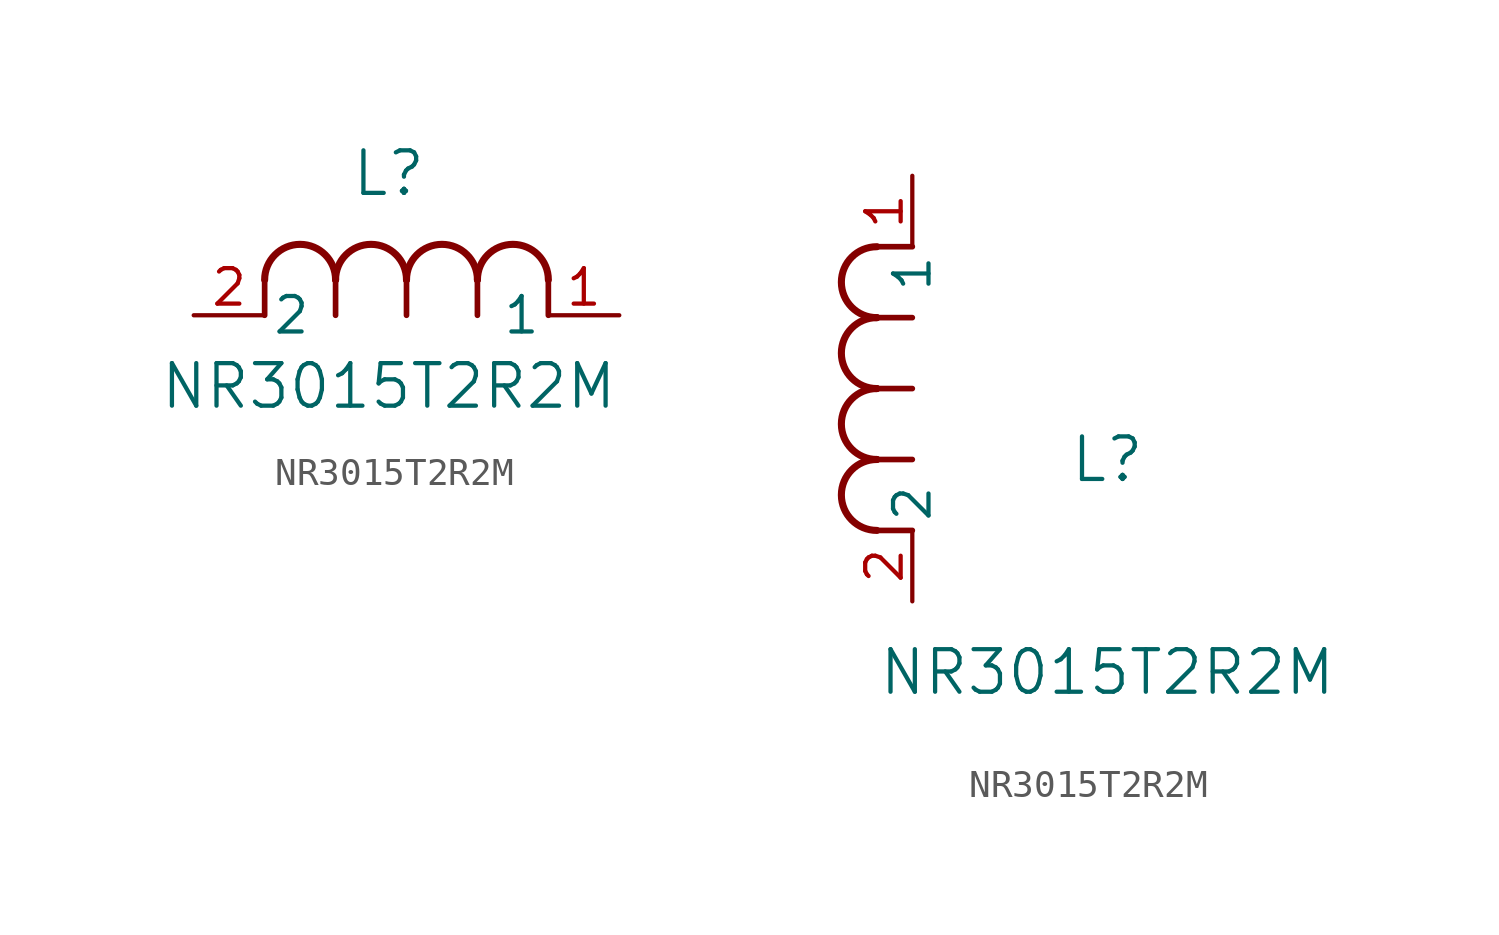
<source format=kicad_sym>
(kicad_symbol_lib
  (version 20211014)
  (generator kicad_symbol_editor)
  (symbol "NR3015T2R2M"
    (pin_names
      (offset 0.254))
    (property "Reference" "L"
      (at 6.985 5.08 0)
      (effects (font (size 1.524 1.524))))
    (property "Value" "NR3015T2R2M"
      (at 6.985 -2.54 0)
      (effects (font (size 1.524 1.524))))
    (symbol "NR3015T2R2M_1_1"
      (arc (start 7.62 1.27) (mid 6.35 2.54) (end 5.08 1.27) (stroke (width 0.254) (type default) (color 0 0 0 0)) (fill (type none)))
      (polyline (pts (xy 5.08 0) (xy 5.08 1.27)) (stroke (width 0.203) (type default) (color 0 0 0 0)) (fill (type none)))
      (polyline (pts (xy 7.62 0) (xy 7.62 1.27)) (stroke (width 0.203) (type default) (color 0 0 0 0)) (fill (type none)))
      (polyline (pts (xy 12.7 0) (xy 12.7 1.27)) (stroke (width 0.203) (type default) (color 0 0 0 0)) (fill (type none)))
      (arc (start 5.08 1.27) (mid 3.81 2.54) (end 2.54 1.27) (stroke (width 0.254) (type default) (color 0 0 0 0)) (fill (type none)))
      (arc (start 10.16 1.27) (mid 8.89 2.54) (end 7.62 1.27) (stroke (width 0.254) (type default) (color 0 0 0 0)) (fill (type none)))
      (arc (start 12.7 1.27) (mid 11.43 2.54) (end 10.16 1.27) (stroke (width 0.254) (type default) (color 0 0 0 0)) (fill (type none)))
      (polyline (pts (xy 2.54 0) (xy 2.54 1.27)) (stroke (width 0.203) (type default) (color 0 0 0 0)) (fill (type none)))
      (polyline (pts (xy 10.16 0) (xy 10.16 1.27)) (stroke (width 0.203) (type default) (color 0 0 0 0)) (fill (type none)))
      (pin unspecified line (at 0 0 0) (length 2.54) (name "2" (effects (font (size 1.27 1.27)))) (number "2" (effects (font (size 1.27 1.27)))))
      (pin unspecified line (at 15.24 0 180) (length 2.54) (name "1" (effects (font (size 1.27 1.27)))) (number "1" (effects (font (size 1.27 1.27))))))
    (symbol "NR3015T2R2M_1_2"
      (arc (start -1.27 7.62) (mid -2.54 6.35) (end -1.27 5.08) (stroke (width 0.254) (type default) (color 0 0 0 0)) (fill (type none)))
      (arc (start -1.27 5.08) (mid -2.54 3.81) (end -1.27 2.54) (stroke (width 0.254) (type default) (color 0 0 0 0)) (fill (type none)))
      (arc (start -1.27 12.7) (mid -2.54 11.43) (end -1.27 10.16) (stroke (width 0.254) (type default) (color 0 0 0 0)) (fill (type none)))
      (arc (start -1.27 10.16) (mid -2.54 8.89) (end -1.27 7.62) (stroke (width 0.254) (type default) (color 0 0 0 0)) (fill (type none)))
      (polyline (pts (xy 0 7.62) (xy -1.27 7.62)) (stroke (width 0.203) (type default) (color 0 0 0 0)) (fill (type none)))
      (polyline (pts (xy 0 5.08) (xy -1.27 5.08)) (stroke (width 0.203) (type default) (color 0 0 0 0)) (fill (type none)))
      (polyline (pts (xy 0 12.7) (xy -1.27 12.7)) (stroke (width 0.203) (type default) (color 0 0 0 0)) (fill (type none)))
      (polyline (pts (xy 0 2.54) (xy -1.27 2.54)) (stroke (width 0.203) (type default) (color 0 0 0 0)) (fill (type none)))
      (polyline (pts (xy 0 10.16) (xy -1.27 10.16)) (stroke (width 0.203) (type default) (color 0 0 0 0)) (fill (type none)))
      (pin unspecified line (at 0 0 90) (length 2.54) (name "2" (effects (font (size 1.27 1.27)))) (number "2" (effects (font (size 1.27 1.27)))))
      (pin unspecified line (at 0 15.24 270) (length 2.54) (name "1" (effects (font (size 1.27 1.27)))) (number "1" (effects (font (size 1.27 1.27))))))))
</source>
